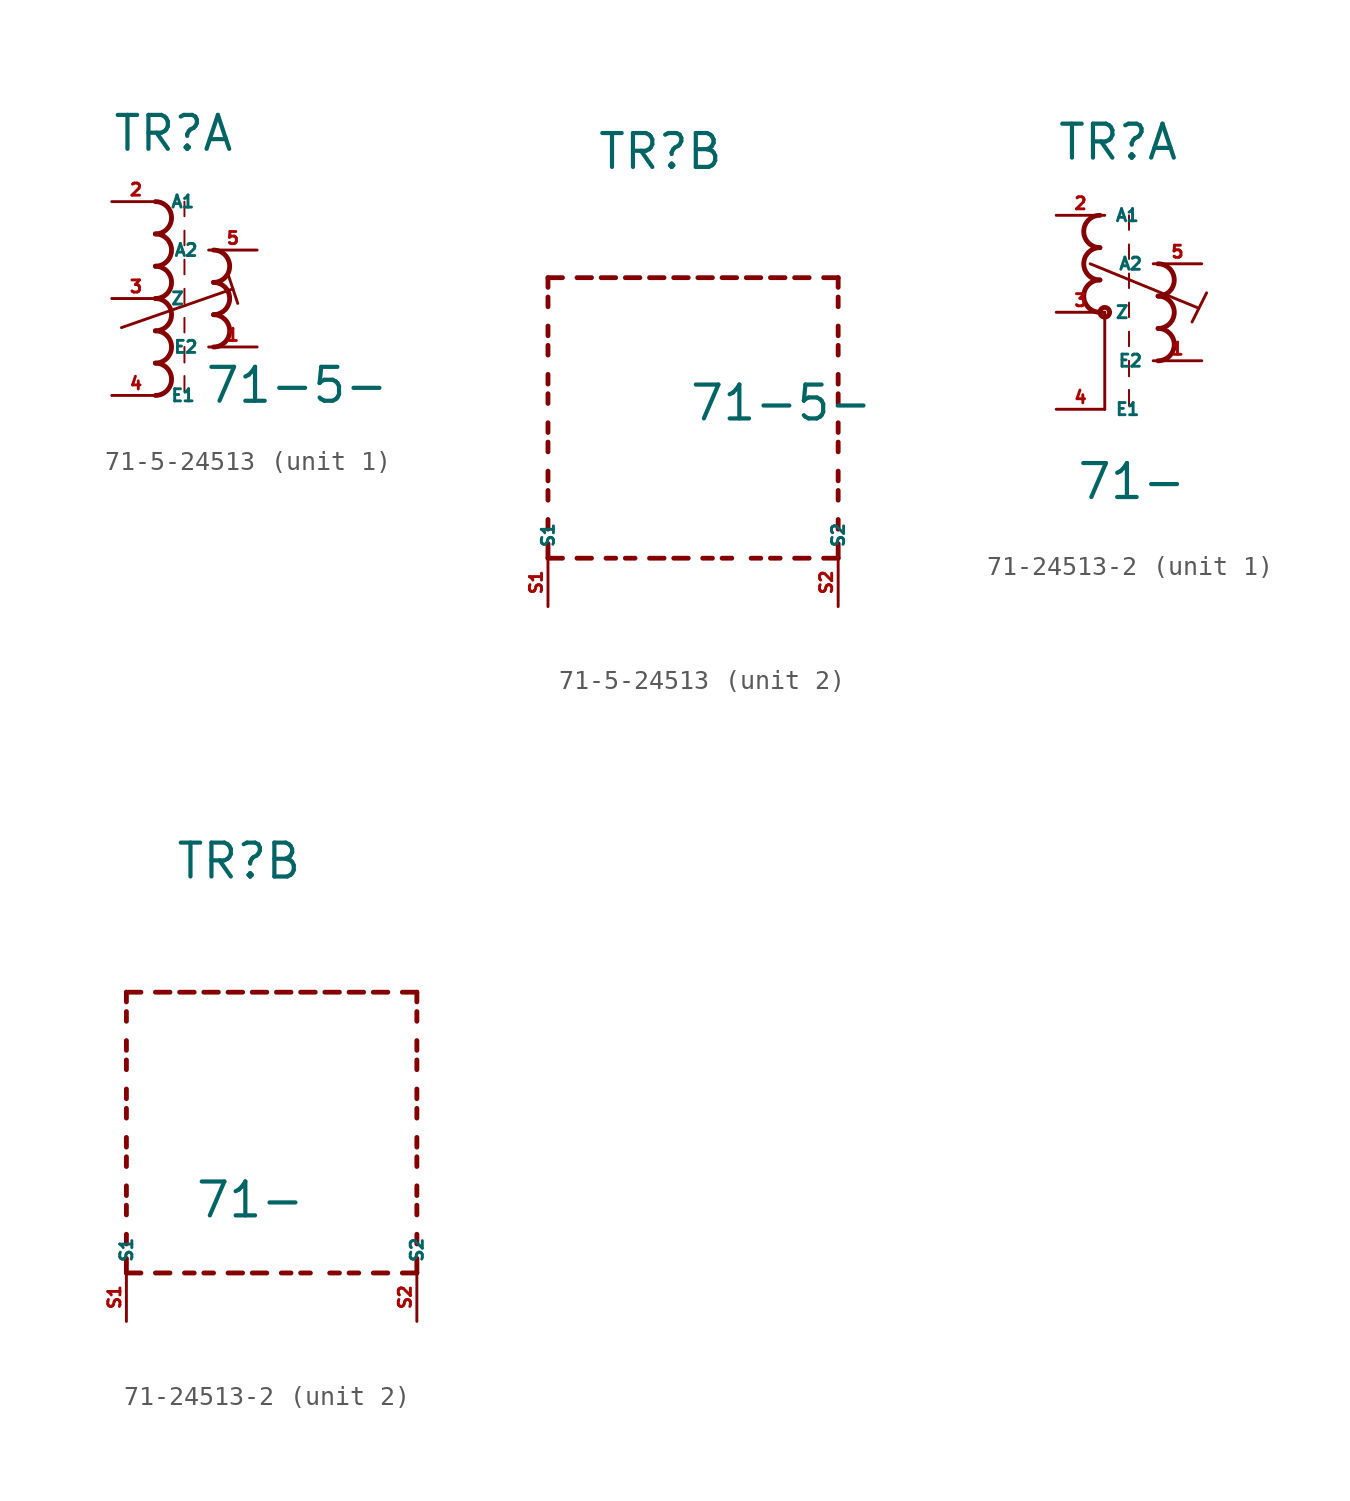
<source format=kicad_sym>
(kicad_symbol_lib
  (version 20220914)
  (generator kicad_symbol_editor)
  (symbol "71-5-24513"
    (property "Reference" "TR"
      (at -2.54 7.62 0)
      (effects (font (size 1.778 1.778) (thickness 0.22)) (justify left bottom)))
    (property "Value" "71-5-"
      (at 2.286 -5.588 0)
      (effects (font (size 1.778 1.778) (thickness 0.22)) (justify left bottom)))
    (symbol "71-5-24513_1_0"
      (arc (start -0.2534 -5.08) (mid 0.593 -4.2333) (end -0.2534 -3.3866) (stroke (width 0.254) (type default)) (fill (type none)))
      (arc (start -0.2534 -3.3866) (mid 0.593 -2.5399) (end -0.2534 -1.6932) (stroke (width 0.254) (type default)) (fill (type none)))
      (arc (start -0.2534 -1.6934) (mid 0.593 -0.8467) (end -0.2534 0) (stroke (width 0.254) (type default)) (fill (type none)))
      (arc (start -0.2534 0) (mid 0.593 0.8467) (end -0.2534 1.6934) (stroke (width 0.254) (type default)) (fill (type none)))
      (arc (start -0.2532 1.6934) (mid 0.593 2.54) (end -0.2532 3.3866) (stroke (width 0.254) (type default)) (fill (type none)))
      (arc (start -0.2534 3.3866) (mid 0.593 4.2333) (end -0.2534 5.08) (stroke (width 0.254) (type default)) (fill (type none)))
      (polyline (pts (xy -2.032 -1.524) (xy 3.81 0.508)) (stroke (width 0.152) (type default)) (fill (type none)))
      (polyline (pts (xy 1.27 -4.064) (xy 1.27 -4.88)) (stroke (width 0.102) (type default)) (fill (type none)))
      (polyline (pts (xy 1.27 -2.54) (xy 1.27 -3.356)) (stroke (width 0.102) (type default)) (fill (type none)))
      (polyline (pts (xy 1.27 -1.016) (xy 1.27 -1.778)) (stroke (width 0.102) (type default)) (fill (type none)))
      (polyline (pts (xy 1.27 0.508) (xy 1.27 -0.254)) (stroke (width 0.102) (type default)) (fill (type none)))
      (polyline (pts (xy 1.27 2.032) (xy 1.27 1.27)) (stroke (width 0.102) (type default)) (fill (type none)))
      (polyline (pts (xy 1.27 3.556) (xy 1.27 2.794)) (stroke (width 0.102) (type default)) (fill (type none)))
      (polyline (pts (xy 1.27 5.08) (xy 1.27 4.318)) (stroke (width 0.102) (type default)) (fill (type none)))
      (polyline (pts (xy 3.556 1.27) (xy 4.064 -0.254)) (stroke (width 0.152) (type default)) (fill (type none)))
      (arc (start 2.794 -2.54) (mid 3.6404 -1.6933) (end 2.794 -0.8466) (stroke (width 0.254) (type default)) (fill (type none)))
      (arc (start 2.794 -0.8466) (mid 3.6402 0) (end 2.794 0.8466) (stroke (width 0.254) (type default)) (fill (type none)))
      (arc (start 2.794 0.8466) (mid 3.6404 1.6933) (end 2.794 2.54) (stroke (width 0.254) (type default)) (fill (type none)))
      (pin passive line (at 5.08 -2.54 180) (length 2.54) (name "E2" (effects (font (size 0.635 0.635)))) (number "1" (effects (font (size 0.635 0.635)))))
      (pin passive line (at -2.54 5.08 0) (length 2.54) (name "A1" (effects (font (size 0.635 0.635)))) (number "2" (effects (font (size 0.635 0.635)))))
      (pin passive line (at -2.54 0 0) (length 2.54) (name "Z" (effects (font (size 0.635 0.635)))) (number "3" (effects (font (size 0.635 0.635)))))
      (pin passive line (at -2.54 -5.08 0) (length 2.54) (name "E1" (effects (font (size 0.635 0.635)))) (number "4" (effects (font (size 0.635 0.635)))))
      (pin passive line (at 5.08 2.54 180) (length 2.54) (name "A2" (effects (font (size 0.635 0.635)))) (number "5" (effects (font (size 0.635 0.635))))))
    (symbol "71-5-24513_2_0"
      (polyline (pts (xy -5.08 -12.7) (xy -5.08 -11.938)) (stroke (width 0.254) (type default)) (fill (type none)))
      (polyline (pts (xy -5.08 -12.7) (xy -4.318 -12.7)) (stroke (width 0.254) (type default)) (fill (type none)))
      (polyline (pts (xy -5.08 -11.176) (xy -5.08 -10.668)) (stroke (width 0.254) (type default)) (fill (type none)))
      (polyline (pts (xy -5.08 -9.652) (xy -5.08 -9.144)) (stroke (width 0.254) (type default)) (fill (type none)))
      (polyline (pts (xy -5.08 -8.636) (xy -5.08 -8.128)) (stroke (width 0.254) (type default)) (fill (type none)))
      (polyline (pts (xy -5.08 -7.112) (xy -5.08 -6.604)) (stroke (width 0.254) (type default)) (fill (type none)))
      (polyline (pts (xy -5.08 -6.096) (xy -5.08 -5.588)) (stroke (width 0.254) (type default)) (fill (type none)))
      (polyline (pts (xy -5.08 -4.572) (xy -5.08 -4.064)) (stroke (width 0.254) (type default)) (fill (type none)))
      (polyline (pts (xy -5.08 -3.556) (xy -5.08 -3.048)) (stroke (width 0.254) (type default)) (fill (type none)))
      (polyline (pts (xy -5.08 -2.032) (xy -5.08 -1.524)) (stroke (width 0.254) (type default)) (fill (type none)))
      (polyline (pts (xy -5.08 -1.016) (xy -5.08 -0.508)) (stroke (width 0.254) (type default)) (fill (type none)))
      (polyline (pts (xy -5.08 0.508) (xy -5.08 1.016)) (stroke (width 0.254) (type default)) (fill (type none)))
      (polyline (pts (xy -5.08 1.524) (xy -5.08 2.032)) (stroke (width 0.254) (type default)) (fill (type none)))
      (polyline (pts (xy -5.08 2.032) (xy -4.318 2.032)) (stroke (width 0.254) (type default)) (fill (type none)))
      (polyline (pts (xy -3.556 -12.7) (xy -2.794 -12.7)) (stroke (width 0.254) (type default)) (fill (type none)))
      (polyline (pts (xy -3.556 2.032) (xy -2.794 2.032)) (stroke (width 0.254) (type default)) (fill (type none)))
      (polyline (pts (xy -1.524 -12.7) (xy -2.032 -12.7)) (stroke (width 0.254) (type default)) (fill (type none)))
      (polyline (pts (xy -1.524 2.032) (xy -2.286 2.032)) (stroke (width 0.254) (type default)) (fill (type none)))
      (polyline (pts (xy -1.016 2.032) (xy -0.254 2.032)) (stroke (width 0.254) (type default)) (fill (type none)))
      (polyline (pts (xy -0.508 -12.7) (xy -1.016 -12.7)) (stroke (width 0.254) (type default)) (fill (type none)))
      (polyline (pts (xy 1.016 -12.7) (xy 0.254 -12.7)) (stroke (width 0.254) (type default)) (fill (type none)))
      (polyline (pts (xy 1.016 2.032) (xy 0.254 2.032)) (stroke (width 0.254) (type default)) (fill (type none)))
      (polyline (pts (xy 1.524 -12.7) (xy 2.286 -12.7)) (stroke (width 0.254) (type default)) (fill (type none)))
      (polyline (pts (xy 1.524 2.032) (xy 2.286 2.032)) (stroke (width 0.254) (type default)) (fill (type none)))
      (polyline (pts (xy 3.556 -12.7) (xy 3.048 -12.7)) (stroke (width 0.254) (type default)) (fill (type none)))
      (polyline (pts (xy 3.556 2.032) (xy 2.794 2.032)) (stroke (width 0.254) (type default)) (fill (type none)))
      (polyline (pts (xy 4.064 2.032) (xy 4.826 2.032)) (stroke (width 0.254) (type default)) (fill (type none)))
      (polyline (pts (xy 4.572 -12.7) (xy 4.064 -12.7)) (stroke (width 0.254) (type default)) (fill (type none)))
      (polyline (pts (xy 6.096 -12.7) (xy 5.588 -12.7)) (stroke (width 0.254) (type default)) (fill (type none)))
      (polyline (pts (xy 6.096 2.032) (xy 5.334 2.032)) (stroke (width 0.254) (type default)) (fill (type none)))
      (polyline (pts (xy 6.604 2.032) (xy 7.366 2.032)) (stroke (width 0.254) (type default)) (fill (type none)))
      (polyline (pts (xy 7.112 -12.7) (xy 6.604 -12.7)) (stroke (width 0.254) (type default)) (fill (type none)))
      (polyline (pts (xy 8.636 -12.7) (xy 7.874 -12.7)) (stroke (width 0.254) (type default)) (fill (type none)))
      (polyline (pts (xy 8.636 2.032) (xy 7.874 2.032)) (stroke (width 0.254) (type default)) (fill (type none)))
      (polyline (pts (xy 10.16 -12.7) (xy 9.398 -12.7)) (stroke (width 0.254) (type default)) (fill (type none)))
      (polyline (pts (xy 10.16 -12.7) (xy 10.16 -11.938)) (stroke (width 0.254) (type default)) (fill (type none)))
      (polyline (pts (xy 10.16 -11.176) (xy 10.16 -10.668)) (stroke (width 0.254) (type default)) (fill (type none)))
      (polyline (pts (xy 10.16 -9.652) (xy 10.16 -9.144)) (stroke (width 0.254) (type default)) (fill (type none)))
      (polyline (pts (xy 10.16 -8.636) (xy 10.16 -8.128)) (stroke (width 0.254) (type default)) (fill (type none)))
      (polyline (pts (xy 10.16 -7.112) (xy 10.16 -6.604)) (stroke (width 0.254) (type default)) (fill (type none)))
      (polyline (pts (xy 10.16 -6.096) (xy 10.16 -5.588)) (stroke (width 0.254) (type default)) (fill (type none)))
      (polyline (pts (xy 10.16 -4.572) (xy 10.16 -4.064)) (stroke (width 0.254) (type default)) (fill (type none)))
      (polyline (pts (xy 10.16 -3.556) (xy 10.16 -3.048)) (stroke (width 0.254) (type default)) (fill (type none)))
      (polyline (pts (xy 10.16 -2.032) (xy 10.16 -1.524)) (stroke (width 0.254) (type default)) (fill (type none)))
      (polyline (pts (xy 10.16 -1.016) (xy 10.16 -0.508)) (stroke (width 0.254) (type default)) (fill (type none)))
      (polyline (pts (xy 10.16 0.508) (xy 10.16 1.016)) (stroke (width 0.254) (type default)) (fill (type none)))
      (polyline (pts (xy 10.16 1.524) (xy 10.16 2.032)) (stroke (width 0.254) (type default)) (fill (type none)))
      (polyline (pts (xy 10.16 2.032) (xy 9.398 2.032)) (stroke (width 0.254) (type default)) (fill (type none)))
      (pin passive line (at -5.08 -15.24 90) (length 2.54) (name "S1" (effects (font (size 0.635 0.635)))) (number "S1" (effects (font (size 0.635 0.635)))))
      (pin passive line (at 10.16 -15.24 90) (length 2.54) (name "S2" (effects (font (size 0.635 0.635)))) (number "S2" (effects (font (size 0.635 0.635)))))))
  (symbol "71-24513-2"
    (property "Reference" "TR"
      (at -2.54 7.874 0)
      (effects (font (size 1.778 1.778) (thickness 0.22)) (justify left bottom)))
    (property "Value" "71-"
      (at -1.524 -9.906 0)
      (effects (font (size 1.778 1.778) (thickness 0.22)) (justify left bottom)))
    (symbol "71-24513-2_1_0"
      (arc (start -0.254 1.6934) (mid -1.1004 0.8467) (end -0.254 0) (stroke (width 0.254) (type default)) (fill (type none)))
      (arc (start -0.254 3.3866) (mid -1.1002 2.54) (end -0.254 1.6934) (stroke (width 0.254) (type default)) (fill (type none)))
      (arc (start -0.254 5.08) (mid -1.1004 4.2333) (end -0.254 3.3866) (stroke (width 0.254) (type default)) (fill (type none)))
      (polyline (pts (xy -0.762 2.54) (xy 4.826 0.254)) (stroke (width 0.152) (type default)) (fill (type none)))
      (polyline (pts (xy 0 0) (xy 0 -5.08)) (stroke (width 0.152) (type default)) (fill (type none)))
      (polyline (pts (xy 1.27 -4.064) (xy 1.27 -4.88)) (stroke (width 0.102) (type default)) (fill (type none)))
      (polyline (pts (xy 1.27 -2.54) (xy 1.27 -3.356)) (stroke (width 0.102) (type default)) (fill (type none)))
      (polyline (pts (xy 1.27 -1.016) (xy 1.27 -1.778)) (stroke (width 0.102) (type default)) (fill (type none)))
      (polyline (pts (xy 1.27 0.508) (xy 1.27 -0.254)) (stroke (width 0.102) (type default)) (fill (type none)))
      (polyline (pts (xy 1.27 2.032) (xy 1.27 1.27)) (stroke (width 0.102) (type default)) (fill (type none)))
      (polyline (pts (xy 1.27 3.556) (xy 1.27 2.794)) (stroke (width 0.102) (type default)) (fill (type none)))
      (polyline (pts (xy 1.27 5.08) (xy 1.27 4.318)) (stroke (width 0.102) (type default)) (fill (type none)))
      (polyline (pts (xy 4.572 -0.508) (xy 5.334 1.016)) (stroke (width 0.152) (type default)) (fill (type none)))
      (circle (center 0 0) (radius 0.254) (stroke (width 0.254) (type default)) (fill (type none)))
      (arc (start 2.794 -2.54) (mid 3.6404 -1.6933) (end 2.794 -0.8466) (stroke (width 0.254) (type default)) (fill (type none)))
      (arc (start 2.794 -0.8466) (mid 3.6402 0) (end 2.794 0.8466) (stroke (width 0.254) (type default)) (fill (type none)))
      (arc (start 2.794 0.8466) (mid 3.6404 1.6933) (end 2.794 2.54) (stroke (width 0.254) (type default)) (fill (type none)))
      (pin passive line (at 5.08 -2.54 180) (length 2.54) (name "E2" (effects (font (size 0.635 0.635)))) (number "1" (effects (font (size 0.635 0.635)))))
      (pin passive line (at -2.54 5.08 0) (length 2.54) (name "A1" (effects (font (size 0.635 0.635)))) (number "2" (effects (font (size 0.635 0.635)))))
      (pin passive line (at -2.54 0 0) (length 2.54) (name "Z" (effects (font (size 0.635 0.635)))) (number "3" (effects (font (size 0.635 0.635)))))
      (pin passive line (at -2.54 -5.08 0) (length 2.54) (name "E1" (effects (font (size 0.635 0.635)))) (number "4" (effects (font (size 0.635 0.635)))))
      (pin passive line (at 5.08 2.54 180) (length 2.54) (name "A2" (effects (font (size 0.635 0.635)))) (number "5" (effects (font (size 0.635 0.635))))))
    (symbol "71-24513-2_2_0"
      (polyline (pts (xy -5.08 -12.7) (xy -5.08 -11.938)) (stroke (width 0.254) (type default)) (fill (type none)))
      (polyline (pts (xy -5.08 -12.7) (xy -4.318 -12.7)) (stroke (width 0.254) (type default)) (fill (type none)))
      (polyline (pts (xy -5.08 -11.176) (xy -5.08 -10.668)) (stroke (width 0.254) (type default)) (fill (type none)))
      (polyline (pts (xy -5.08 -9.652) (xy -5.08 -9.144)) (stroke (width 0.254) (type default)) (fill (type none)))
      (polyline (pts (xy -5.08 -8.636) (xy -5.08 -8.128)) (stroke (width 0.254) (type default)) (fill (type none)))
      (polyline (pts (xy -5.08 -7.112) (xy -5.08 -6.604)) (stroke (width 0.254) (type default)) (fill (type none)))
      (polyline (pts (xy -5.08 -6.096) (xy -5.08 -5.588)) (stroke (width 0.254) (type default)) (fill (type none)))
      (polyline (pts (xy -5.08 -4.572) (xy -5.08 -4.064)) (stroke (width 0.254) (type default)) (fill (type none)))
      (polyline (pts (xy -5.08 -3.556) (xy -5.08 -3.048)) (stroke (width 0.254) (type default)) (fill (type none)))
      (polyline (pts (xy -5.08 -2.032) (xy -5.08 -1.524)) (stroke (width 0.254) (type default)) (fill (type none)))
      (polyline (pts (xy -5.08 -1.016) (xy -5.08 -0.508)) (stroke (width 0.254) (type default)) (fill (type none)))
      (polyline (pts (xy -5.08 0.508) (xy -5.08 1.016)) (stroke (width 0.254) (type default)) (fill (type none)))
      (polyline (pts (xy -5.08 1.524) (xy -5.08 2.032)) (stroke (width 0.254) (type default)) (fill (type none)))
      (polyline (pts (xy -5.08 2.032) (xy -4.318 2.032)) (stroke (width 0.254) (type default)) (fill (type none)))
      (polyline (pts (xy -3.556 -12.7) (xy -2.794 -12.7)) (stroke (width 0.254) (type default)) (fill (type none)))
      (polyline (pts (xy -3.556 2.032) (xy -2.794 2.032)) (stroke (width 0.254) (type default)) (fill (type none)))
      (polyline (pts (xy -1.524 -12.7) (xy -2.032 -12.7)) (stroke (width 0.254) (type default)) (fill (type none)))
      (polyline (pts (xy -1.524 2.032) (xy -2.286 2.032)) (stroke (width 0.254) (type default)) (fill (type none)))
      (polyline (pts (xy -1.016 2.032) (xy -0.254 2.032)) (stroke (width 0.254) (type default)) (fill (type none)))
      (polyline (pts (xy -0.508 -12.7) (xy -1.016 -12.7)) (stroke (width 0.254) (type default)) (fill (type none)))
      (polyline (pts (xy 1.016 -12.7) (xy 0.254 -12.7)) (stroke (width 0.254) (type default)) (fill (type none)))
      (polyline (pts (xy 1.016 2.032) (xy 0.254 2.032)) (stroke (width 0.254) (type default)) (fill (type none)))
      (polyline (pts (xy 1.524 -12.7) (xy 2.286 -12.7)) (stroke (width 0.254) (type default)) (fill (type none)))
      (polyline (pts (xy 1.524 2.032) (xy 2.286 2.032)) (stroke (width 0.254) (type default)) (fill (type none)))
      (polyline (pts (xy 3.556 -12.7) (xy 3.048 -12.7)) (stroke (width 0.254) (type default)) (fill (type none)))
      (polyline (pts (xy 3.556 2.032) (xy 2.794 2.032)) (stroke (width 0.254) (type default)) (fill (type none)))
      (polyline (pts (xy 4.064 2.032) (xy 4.826 2.032)) (stroke (width 0.254) (type default)) (fill (type none)))
      (polyline (pts (xy 4.572 -12.7) (xy 4.064 -12.7)) (stroke (width 0.254) (type default)) (fill (type none)))
      (polyline (pts (xy 6.096 -12.7) (xy 5.588 -12.7)) (stroke (width 0.254) (type default)) (fill (type none)))
      (polyline (pts (xy 6.096 2.032) (xy 5.334 2.032)) (stroke (width 0.254) (type default)) (fill (type none)))
      (polyline (pts (xy 6.604 2.032) (xy 7.366 2.032)) (stroke (width 0.254) (type default)) (fill (type none)))
      (polyline (pts (xy 7.112 -12.7) (xy 6.604 -12.7)) (stroke (width 0.254) (type default)) (fill (type none)))
      (polyline (pts (xy 8.636 -12.7) (xy 7.874 -12.7)) (stroke (width 0.254) (type default)) (fill (type none)))
      (polyline (pts (xy 8.636 2.032) (xy 7.874 2.032)) (stroke (width 0.254) (type default)) (fill (type none)))
      (polyline (pts (xy 10.16 -12.7) (xy 9.398 -12.7)) (stroke (width 0.254) (type default)) (fill (type none)))
      (polyline (pts (xy 10.16 -12.7) (xy 10.16 -11.938)) (stroke (width 0.254) (type default)) (fill (type none)))
      (polyline (pts (xy 10.16 -11.176) (xy 10.16 -10.668)) (stroke (width 0.254) (type default)) (fill (type none)))
      (polyline (pts (xy 10.16 -9.652) (xy 10.16 -9.144)) (stroke (width 0.254) (type default)) (fill (type none)))
      (polyline (pts (xy 10.16 -8.636) (xy 10.16 -8.128)) (stroke (width 0.254) (type default)) (fill (type none)))
      (polyline (pts (xy 10.16 -7.112) (xy 10.16 -6.604)) (stroke (width 0.254) (type default)) (fill (type none)))
      (polyline (pts (xy 10.16 -6.096) (xy 10.16 -5.588)) (stroke (width 0.254) (type default)) (fill (type none)))
      (polyline (pts (xy 10.16 -4.572) (xy 10.16 -4.064)) (stroke (width 0.254) (type default)) (fill (type none)))
      (polyline (pts (xy 10.16 -3.556) (xy 10.16 -3.048)) (stroke (width 0.254) (type default)) (fill (type none)))
      (polyline (pts (xy 10.16 -2.032) (xy 10.16 -1.524)) (stroke (width 0.254) (type default)) (fill (type none)))
      (polyline (pts (xy 10.16 -1.016) (xy 10.16 -0.508)) (stroke (width 0.254) (type default)) (fill (type none)))
      (polyline (pts (xy 10.16 0.508) (xy 10.16 1.016)) (stroke (width 0.254) (type default)) (fill (type none)))
      (polyline (pts (xy 10.16 1.524) (xy 10.16 2.032)) (stroke (width 0.254) (type default)) (fill (type none)))
      (polyline (pts (xy 10.16 2.032) (xy 9.398 2.032)) (stroke (width 0.254) (type default)) (fill (type none)))
      (pin passive line (at -5.08 -15.24 90) (length 2.54) (name "S1" (effects (font (size 0.635 0.635)))) (number "S1" (effects (font (size 0.635 0.635)))))
      (pin passive line (at 10.16 -15.24 90) (length 2.54) (name "S2" (effects (font (size 0.635 0.635)))) (number "S2" (effects (font (size 0.635 0.635))))))))
</source>
